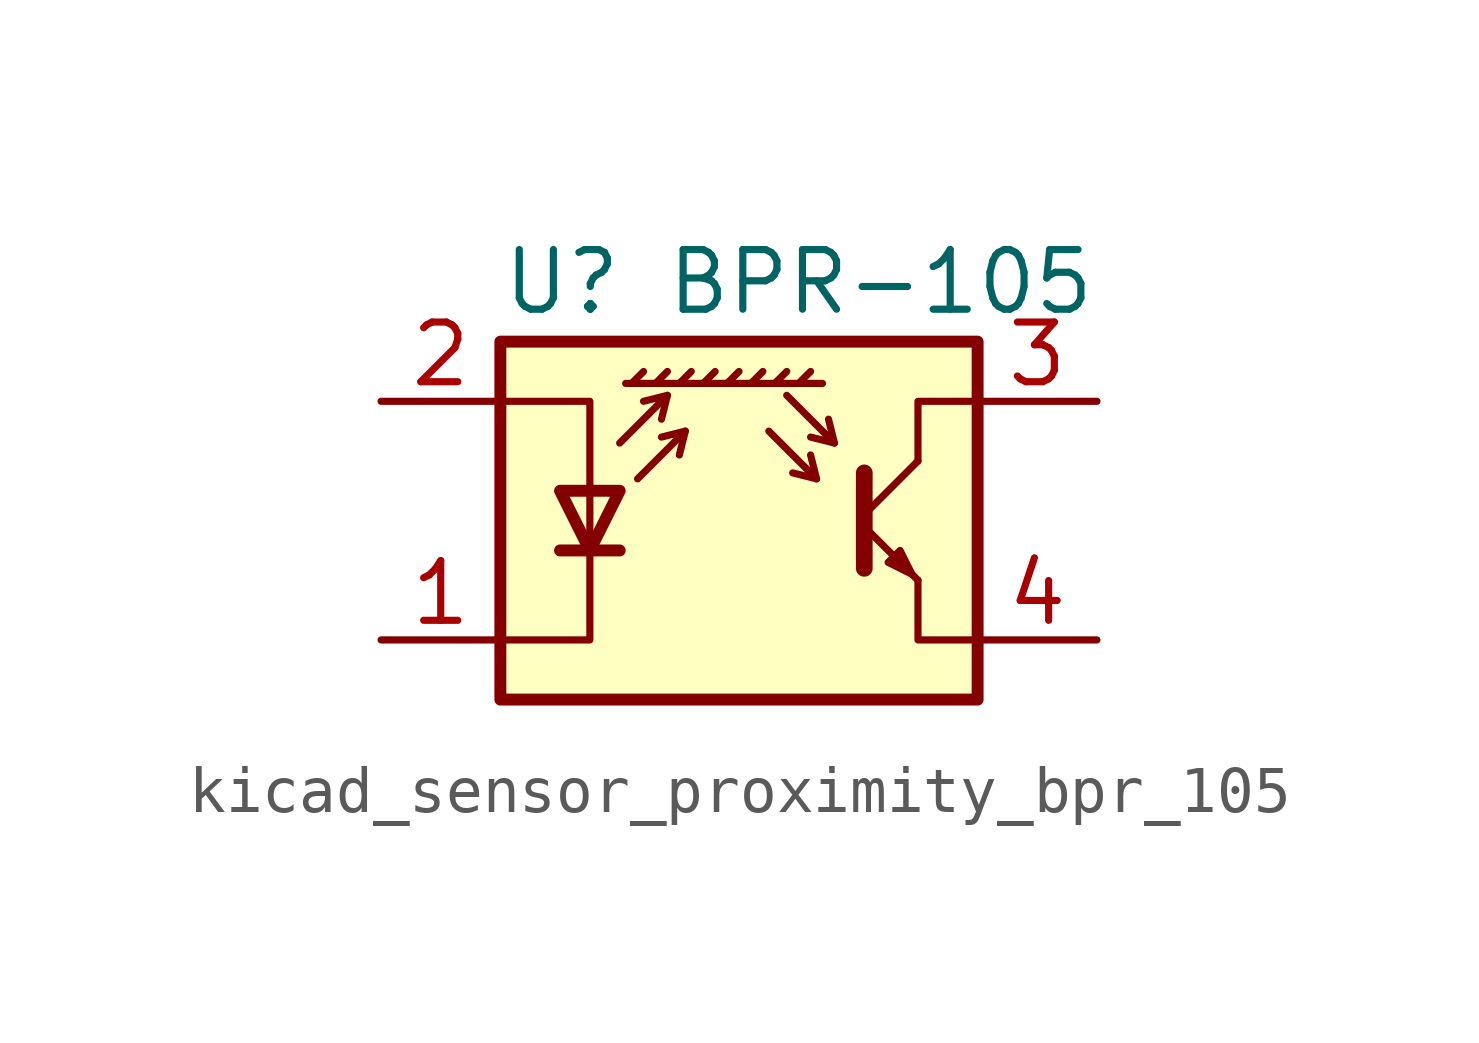
<source format=kicad_sym>
(kicad_symbol_lib
  (version 20220914)
  (generator kicad_symbol_editor)
  (symbol "kicad_sensor_proximity_bpr_105"
    (pin_names
      (offset 0.025) hide)
    (property "Reference" "U"
      (at -5.08 5.08 0)
      (effects (font (size 1.27 1.27)) (justify left)))
    (property "Value" "BPR-105"
      (at 7.62 5.08 0)
      (effects (font (size 1.27 1.27)) (justify right)))
    (symbol "kicad_sensor_proximity_bpr_105_0_1"
      (polyline (pts (xy -3.81 -0.635) (xy -2.54 -0.635)) (stroke (width 0.254) (type default)) (fill (type none)))
      (polyline (pts (xy -2.286 2.921) (xy -2.032 3.175)) (stroke (width 0) (type default)) (fill (type none)))
      (polyline (pts (xy -1.778 2.921) (xy -1.524 3.175)) (stroke (width 0) (type default)) (fill (type none)))
      (polyline (pts (xy -1.524 2.667) (xy -1.651 2.159)) (stroke (width 0) (type default)) (fill (type none)))
      (polyline (pts (xy -1.27 2.921) (xy -1.016 3.175)) (stroke (width 0) (type default)) (fill (type none)))
      (polyline (pts (xy -1.143 1.905) (xy -1.27 1.397)) (stroke (width 0) (type default)) (fill (type none)))
      (polyline (pts (xy -0.762 2.921) (xy -0.508 3.175)) (stroke (width 0) (type default)) (fill (type none)))
      (polyline (pts (xy -0.254 2.921) (xy 0 3.175)) (stroke (width 0) (type default)) (fill (type none)))
      (polyline (pts (xy 0.254 2.921) (xy 0.508 3.175)) (stroke (width 0) (type default)) (fill (type none)))
      (polyline (pts (xy 0.762 2.921) (xy 1.016 3.175)) (stroke (width 0) (type default)) (fill (type none)))
      (polyline (pts (xy 1.27 2.921) (xy 1.524 3.175)) (stroke (width 0) (type default)) (fill (type none)))
      (polyline (pts (xy 1.651 0.889) (xy 1.143 1.016)) (stroke (width 0) (type default)) (fill (type none)))
      (polyline (pts (xy 1.778 2.921) (xy -2.413 2.921)) (stroke (width 0) (type default)) (fill (type none)))
      (polyline (pts (xy 2.032 1.651) (xy 1.524 1.778)) (stroke (width 0) (type default)) (fill (type none)))
      (polyline (pts (xy 2.667 -0.127) (xy 3.81 -1.27)) (stroke (width 0) (type default)) (fill (type none)))
      (polyline (pts (xy 2.667 0.127) (xy 3.81 1.27)) (stroke (width 0) (type default)) (fill (type none)))
      (polyline (pts (xy -2.54 1.651) (xy -1.524 2.667) (xy -2.032 2.54)) (stroke (width 0) (type default)) (fill (type none)))
      (polyline (pts (xy -2.159 0.889) (xy -1.143 1.905) (xy -1.651 1.778)) (stroke (width 0) (type default)) (fill (type none)))
      (polyline (pts (xy 0.635 1.905) (xy 1.651 0.889) (xy 1.524 1.397)) (stroke (width 0) (type default)) (fill (type none)))
      (polyline (pts (xy 1.016 2.667) (xy 2.032 1.651) (xy 1.905 2.159)) (stroke (width 0) (type default)) (fill (type none)))
      (polyline (pts (xy 2.667 1.016) (xy 2.667 -1.016) (xy 2.667 -1.016)) (stroke (width 0.356) (type default)) (fill (type none)))
      (polyline (pts (xy 3.81 -1.27) (xy 3.81 -2.54) (xy 5.08 -2.54)) (stroke (width 0) (type default)) (fill (type none)))
      (polyline (pts (xy 3.81 1.27) (xy 3.81 2.54) (xy 5.08 2.54)) (stroke (width 0) (type default)) (fill (type none)))
      (polyline (pts (xy -5.08 -2.54) (xy -3.175 -2.54) (xy -3.175 2.54) (xy -5.08 2.54)) (stroke (width 0) (type default)) (fill (type none)))
      (polyline (pts (xy -3.175 -0.635) (xy -3.81 0.635) (xy -2.54 0.635) (xy -3.175 -0.635)) (stroke (width 0.254) (type default)) (fill (type none)))
      (polyline (pts (xy 3.683 -1.143) (xy 3.429 -0.635) (xy 3.175 -0.889) (xy 3.683 -1.143)) (stroke (width 0) (type default)) (fill (type none)))
      (polyline (pts (xy -5.08 -3.81) (xy 5.08 -3.81) (xy 5.08 3.81) (xy -5.08 3.81) (xy -5.08 -3.81)) (stroke (width 0.254) (type default)) (fill (type background))))
    (symbol "kicad_sensor_proximity_bpr_105_1_1"
      (pin passive line (at -7.62 -2.54 0) (length 2.54) (name "K" (effects (font (size 1.27 1.27)))) (number "1" (effects (font (size 1.27 1.27)))))
      (pin passive line (at -7.62 2.54 0) (length 2.54) (name "A" (effects (font (size 1.27 1.27)))) (number "2" (effects (font (size 1.27 1.27)))))
      (pin open_collector line (at 7.62 2.54 180) (length 2.54) (name "C" (effects (font (size 1.27 1.27)))) (number "3" (effects (font (size 1.27 1.27)))))
      (pin open_emitter line (at 7.62 -2.54 180) (length 2.54) (name "E" (effects (font (size 1.27 1.27)))) (number "4" (effects (font (size 1.27 1.27))))))))
</source>
